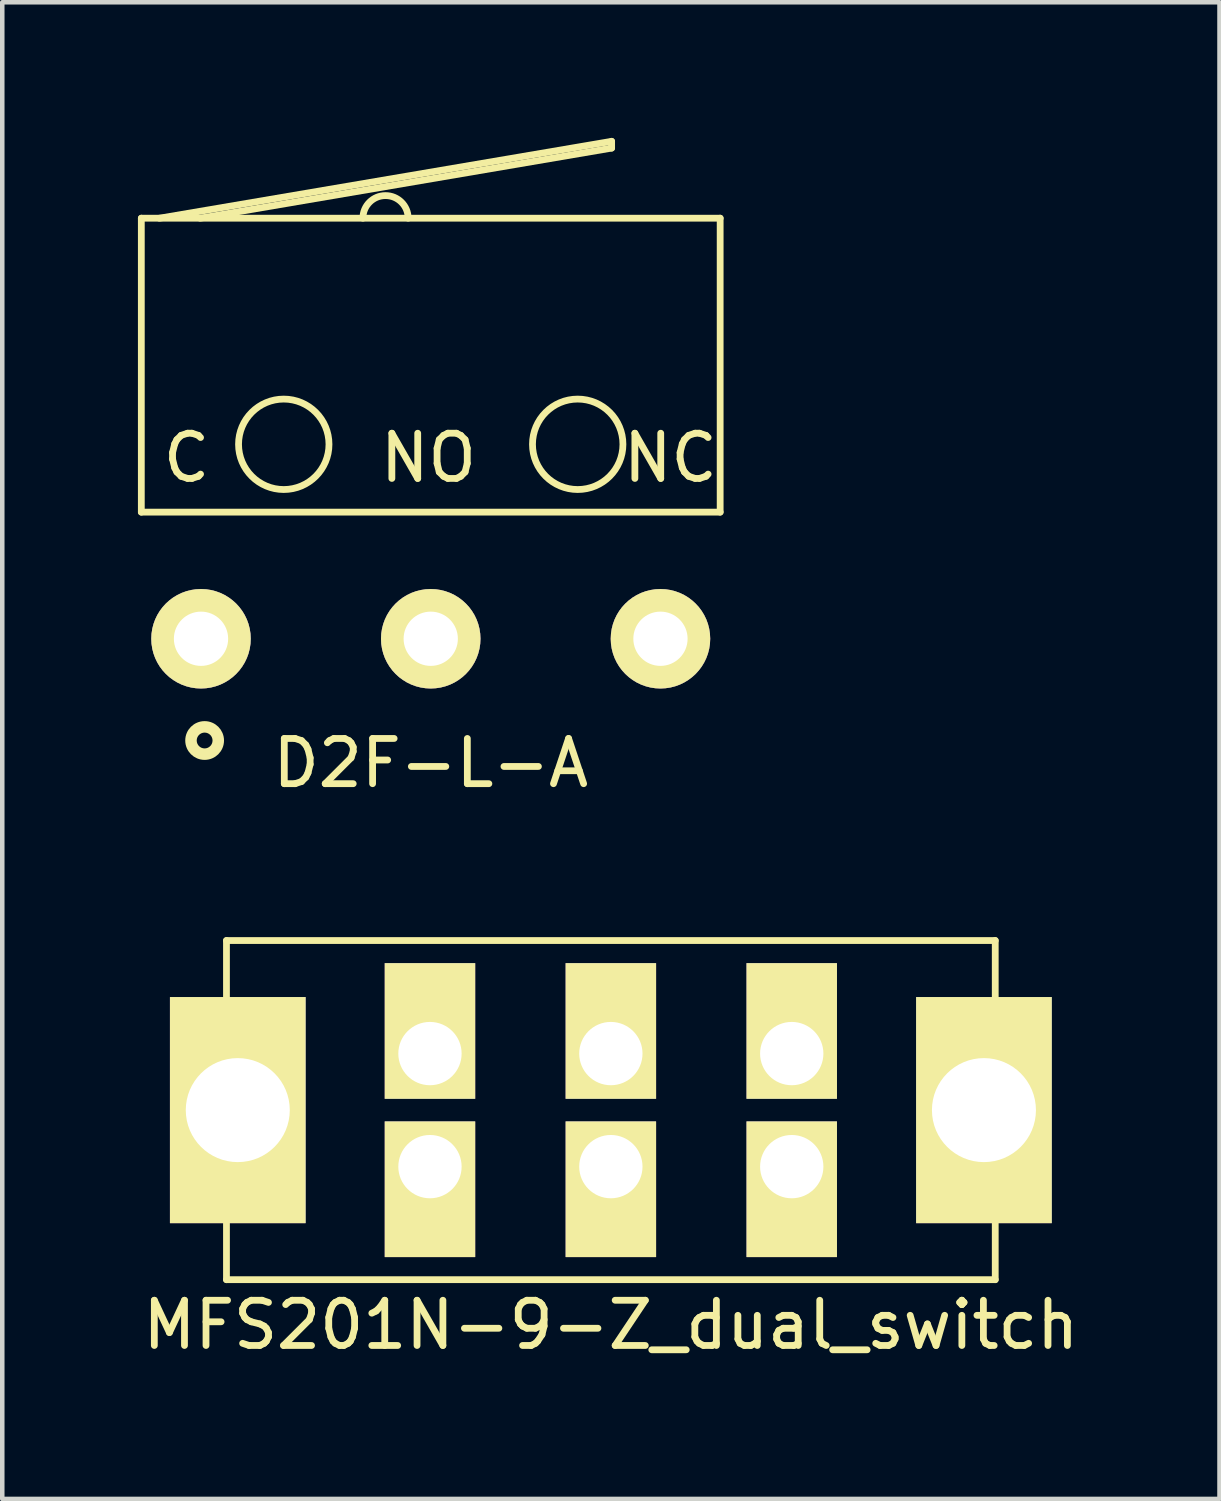
<source format=kicad_pcb>
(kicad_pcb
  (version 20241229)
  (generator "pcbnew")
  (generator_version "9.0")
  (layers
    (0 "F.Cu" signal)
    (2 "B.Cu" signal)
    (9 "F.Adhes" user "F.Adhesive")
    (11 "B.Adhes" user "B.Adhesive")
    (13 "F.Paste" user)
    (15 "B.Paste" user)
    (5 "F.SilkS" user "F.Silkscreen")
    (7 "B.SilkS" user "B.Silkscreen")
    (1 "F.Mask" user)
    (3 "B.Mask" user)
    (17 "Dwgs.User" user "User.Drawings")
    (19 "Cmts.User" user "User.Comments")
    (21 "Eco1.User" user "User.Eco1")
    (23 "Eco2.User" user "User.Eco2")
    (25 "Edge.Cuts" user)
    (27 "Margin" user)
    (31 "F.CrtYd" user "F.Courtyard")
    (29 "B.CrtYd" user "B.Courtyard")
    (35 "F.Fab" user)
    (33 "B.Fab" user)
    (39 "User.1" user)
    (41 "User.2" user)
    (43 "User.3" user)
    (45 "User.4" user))
  (footprint "MFS201N-9-Z_dual_switch"
    (layer "F.Cu")
    (at 10.458 21.498)
    (property "Reference" "MFS201N-9-Z_dual_switch" (at 0 4.75 0) (layer "F.SilkS") (effects (font (size 1 1) (thickness 0.15))))
    (attr through_hole)
    (fp_line (start -8.5 -3.75) (end -8.5 3.75) (stroke (width 0.15) (type solid)) (layer "F.SilkS"))
    (fp_line (start -8.5 3.75) (end 8.5 3.75) (stroke (width 0.15) (type solid)) (layer "F.SilkS"))
    (fp_line (start 8.5 -3.75) (end -8.5 -3.75) (stroke (width 0.15) (type solid)) (layer "F.SilkS"))
    (fp_line (start 8.5 3.75) (end 8.5 -3.75) (stroke (width 0.15) (type solid)) (layer "F.SilkS"))
    (pad "1" thru_hole rect (at -4 1.25) (size 2 3) (drill 1.4 (offset 0 0.5)) (layers "*.Cu" "*.Mask" "F.SilkS"))
    (pad "2" thru_hole rect (at 0 1.25) (size 2 3) (drill 1.4 (offset 0 0.5)) (layers "*.Cu" "*.Mask" "F.SilkS"))
    (pad "3" thru_hole rect (at 4 1.25) (size 2 3) (drill 1.4 (offset 0 0.5)) (layers "*.Cu" "*.Mask" "F.SilkS"))
    (pad "4" thru_hole rect (at -4 -1.25) (size 2 3) (drill 1.4 (offset 0 -0.5)) (layers "*.Cu" "*.Mask" "F.SilkS"))
    (pad "5" thru_hole rect (at 0 -1.25) (size 2 3) (drill 1.4 (offset 0 -0.5)) (layers "*.Cu" "*.Mask" "F.SilkS"))
    (pad "6" thru_hole rect (at 4 -1.25) (size 2 3) (drill 1.4 (offset 0 -0.5)) (layers "*.Cu" "*.Mask" "F.SilkS"))
    (pad "7" thru_hole rect (at -8.25 0) (size 3 5) (drill 2.3) (layers "*.Cu" "*.Mask" "F.SilkS"))
    (pad "7" thru_hole rect (at 8.25 0) (size 3 5) (drill 2.3) (layers "*.Cu" "*.Mask" "F.SilkS")))
  (footprint "D2F-L-A"
    (layer "F.Cu")
    (at 6.475 11.075)
    (property "Reference" "D2F-L-A" (at 0 2.75 0) (layer "F.SilkS") (effects (font (size 1 1) (thickness 0.15))))
    (attr through_hole)
    (fp_line (start -6.4 -2.8) (end -6.4 -9.3) (stroke (width 0.15) (type solid)) (layer "F.SilkS"))
    (fp_line (start -6.4 -2.8) (end 6.4 -2.8) (stroke (width 0.15) (type solid)) (layer "F.SilkS"))
    (fp_line (start -6 -9.3) (end 4 -11) (stroke (width 0.15) (type solid)) (layer "F.SilkS"))
    (fp_line (start 4 -11) (end 4 -10.85) (stroke (width 0.15) (type solid)) (layer "F.SilkS"))
    (fp_line (start 4 -10.85) (end -5.1 -9.3) (stroke (width 0.15) (type solid)) (layer "F.SilkS"))
    (fp_line (start 6.4 -9.3) (end -6.4 -9.3) (stroke (width 0.15) (type solid)) (layer "F.SilkS"))
    (fp_line (start 6.4 -9.3) (end 6.4 -2.8) (stroke (width 0.15) (type solid)) (layer "F.SilkS"))
    (fp_arc (start -1.5 -9.3) (mid -1 -9.8) (end -0.5 -9.3) (stroke (width 0.15) (type solid)) (layer "F.SilkS"))
    (fp_circle (center -5 2.25) (end -5.25 2.5) (stroke (width 0.15) (type solid)) (fill no) (layer "F.SilkS"))
    (fp_circle (center -5 2.25) (end -5 2.5) (stroke (width 0.15) (type solid)) (fill no) (layer "F.SilkS"))
    (fp_circle (center -3.25 -4.3) (end -2.25 -4.3) (stroke (width 0.15) (type solid)) (fill no) (layer "F.SilkS"))
    (fp_circle (center 3.25 -4.3) (end 2.25 -4.3) (stroke (width 0.15) (type solid)) (fill no) (layer "F.SilkS"))
    (fp_text user "C" (at -5.4 -4 0) (layer "F.SilkS") (effects (font (size 1 1) (thickness 0.15))))
    (fp_text user "NC" (at 5.3 -4 0) (layer "F.SilkS") (effects (font (size 1 1) (thickness 0.15))))
    (fp_text user "NO" (at -0.05 -4 0) (layer "F.SilkS") (effects (font (size 1 1) (thickness 0.15))))
    (pad "1" thru_hole circle (at 5.08 0) (size 2.2 2.2) (drill 1.2) (layers "*.Cu" "*.Mask" "F.SilkS"))
    (pad "2" thru_hole circle (at -5.08 0) (size 2.2 2.2) (drill 1.2) (layers "*.Cu" "*.Mask" "F.SilkS"))
    (pad "3" thru_hole circle (at 0 0) (size 2.2 2.2) (drill 1.2) (layers "*.Cu" "*.Mask" "F.SilkS")))
  (gr_rect
    (start -3 -3)
    (end 23.917 30.096)
    (stroke (width 0.1) (type default))
    (fill no)
    (layer "Edge.Cuts")))
</source>
